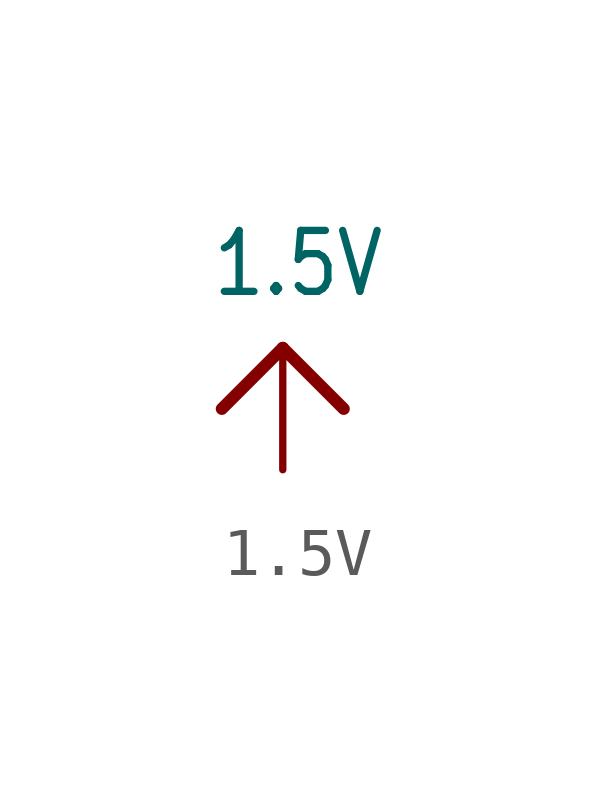
<source format=kicad_sym>
(kicad_symbol_lib
  (version 20211014)
  (generator kicad_symbol_editor)
  (symbol "1.5V"
    (power)
    (property "Reference" ""
      (at 0 0 0)
      (effects (font (size 1.27 1.27)) hide))
    (property "Value" "1.5V"
      (at -1.524 1.016 0)
      (effects (font (size 1.27 1.079)) (justify left bottom)))
    (property "ki_locked" ""
      (at 0 0 0)
      (effects (font (size 1.27 1.27))))
    (symbol "1.5V_1_0"
      (polyline (pts (xy -1.27 -1.27) (xy 0 0)) (stroke (width 0.254) (type default) (color 0 0 0 0)) (fill (type none)))
      (polyline (pts (xy 0 0) (xy 1.27 -1.27)) (stroke (width 0.254) (type default) (color 0 0 0 0)) (fill (type none)))
      (pin power_in line (at 0 -2.54 90) (length 2.54) (name "1.5V" (effects (font (size 0 0)))) (number "1" (effects (font (size 0 0))))))))
</source>
